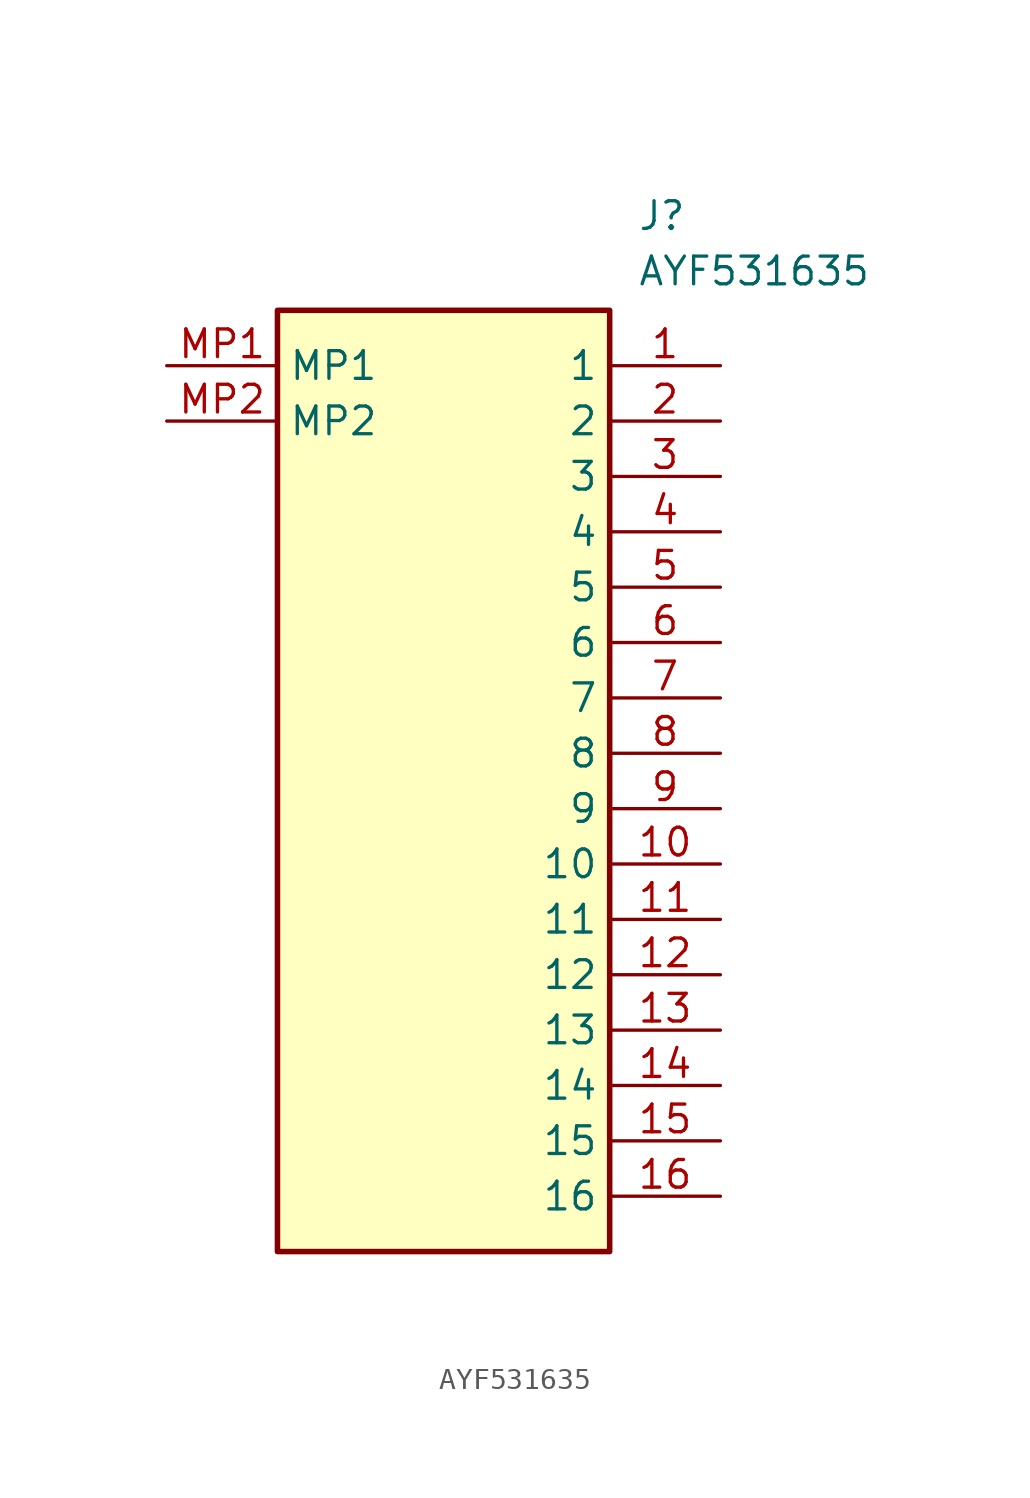
<source format=kicad_sym>
(kicad_symbol_lib
  (version 20211014)
  (generator SamacSys_ECAD_Model)
  (symbol "AYF531635"
    (property "Reference" "J"
      (at 21.59 7.62 0)
      (effects (font (size 1.27 1.27)) (justify left top)))
    (property "Value" "AYF531635"
      (at 21.59 5.08 0)
      (effects (font (size 1.27 1.27)) (justify left top)))
    (rectangle
      (start 5.08 2.54)
      (end 20.32 -40.64)
      (stroke (width 0.254) (type default))
      (fill (type background)))
    (pin passive line
      (at 25.4 0 180)
      (length 5.08)
      (name "1" (effects (font (size 1.27 1.27))))
      (number "1" (effects (font (size 1.27 1.27)))))
    (pin passive line
      (at 25.4 -2.54 180)
      (length 5.08)
      (name "2" (effects (font (size 1.27 1.27))))
      (number "2" (effects (font (size 1.27 1.27)))))
    (pin passive line
      (at 25.4 -5.08 180)
      (length 5.08)
      (name "3" (effects (font (size 1.27 1.27))))
      (number "3" (effects (font (size 1.27 1.27)))))
    (pin passive line
      (at 25.4 -7.62 180)
      (length 5.08)
      (name "4" (effects (font (size 1.27 1.27))))
      (number "4" (effects (font (size 1.27 1.27)))))
    (pin passive line
      (at 25.4 -10.16 180)
      (length 5.08)
      (name "5" (effects (font (size 1.27 1.27))))
      (number "5" (effects (font (size 1.27 1.27)))))
    (pin passive line
      (at 25.4 -12.7 180)
      (length 5.08)
      (name "6" (effects (font (size 1.27 1.27))))
      (number "6" (effects (font (size 1.27 1.27)))))
    (pin passive line
      (at 25.4 -15.24 180)
      (length 5.08)
      (name "7" (effects (font (size 1.27 1.27))))
      (number "7" (effects (font (size 1.27 1.27)))))
    (pin passive line
      (at 25.4 -17.78 180)
      (length 5.08)
      (name "8" (effects (font (size 1.27 1.27))))
      (number "8" (effects (font (size 1.27 1.27)))))
    (pin passive line
      (at 25.4 -20.32 180)
      (length 5.08)
      (name "9" (effects (font (size 1.27 1.27))))
      (number "9" (effects (font (size 1.27 1.27)))))
    (pin passive line
      (at 25.4 -22.86 180)
      (length 5.08)
      (name "10" (effects (font (size 1.27 1.27))))
      (number "10" (effects (font (size 1.27 1.27)))))
    (pin passive line
      (at 25.4 -25.4 180)
      (length 5.08)
      (name "11" (effects (font (size 1.27 1.27))))
      (number "11" (effects (font (size 1.27 1.27)))))
    (pin passive line
      (at 25.4 -27.94 180)
      (length 5.08)
      (name "12" (effects (font (size 1.27 1.27))))
      (number "12" (effects (font (size 1.27 1.27)))))
    (pin passive line
      (at 25.4 -30.48 180)
      (length 5.08)
      (name "13" (effects (font (size 1.27 1.27))))
      (number "13" (effects (font (size 1.27 1.27)))))
    (pin passive line
      (at 25.4 -33.02 180)
      (length 5.08)
      (name "14" (effects (font (size 1.27 1.27))))
      (number "14" (effects (font (size 1.27 1.27)))))
    (pin passive line
      (at 25.4 -35.56 180)
      (length 5.08)
      (name "15" (effects (font (size 1.27 1.27))))
      (number "15" (effects (font (size 1.27 1.27)))))
    (pin passive line
      (at 25.4 -38.1 180)
      (length 5.08)
      (name "16" (effects (font (size 1.27 1.27))))
      (number "16" (effects (font (size 1.27 1.27)))))
    (pin passive line
      (at 0 0 0)
      (length 5.08)
      (name "MP1" (effects (font (size 1.27 1.27))))
      (number "MP1" (effects (font (size 1.27 1.27)))))
    (pin passive line
      (at 0 -2.54 0)
      (length 5.08)
      (name "MP2" (effects (font (size 1.27 1.27))))
      (number "MP2" (effects (font (size 1.27 1.27)))))))
</source>
